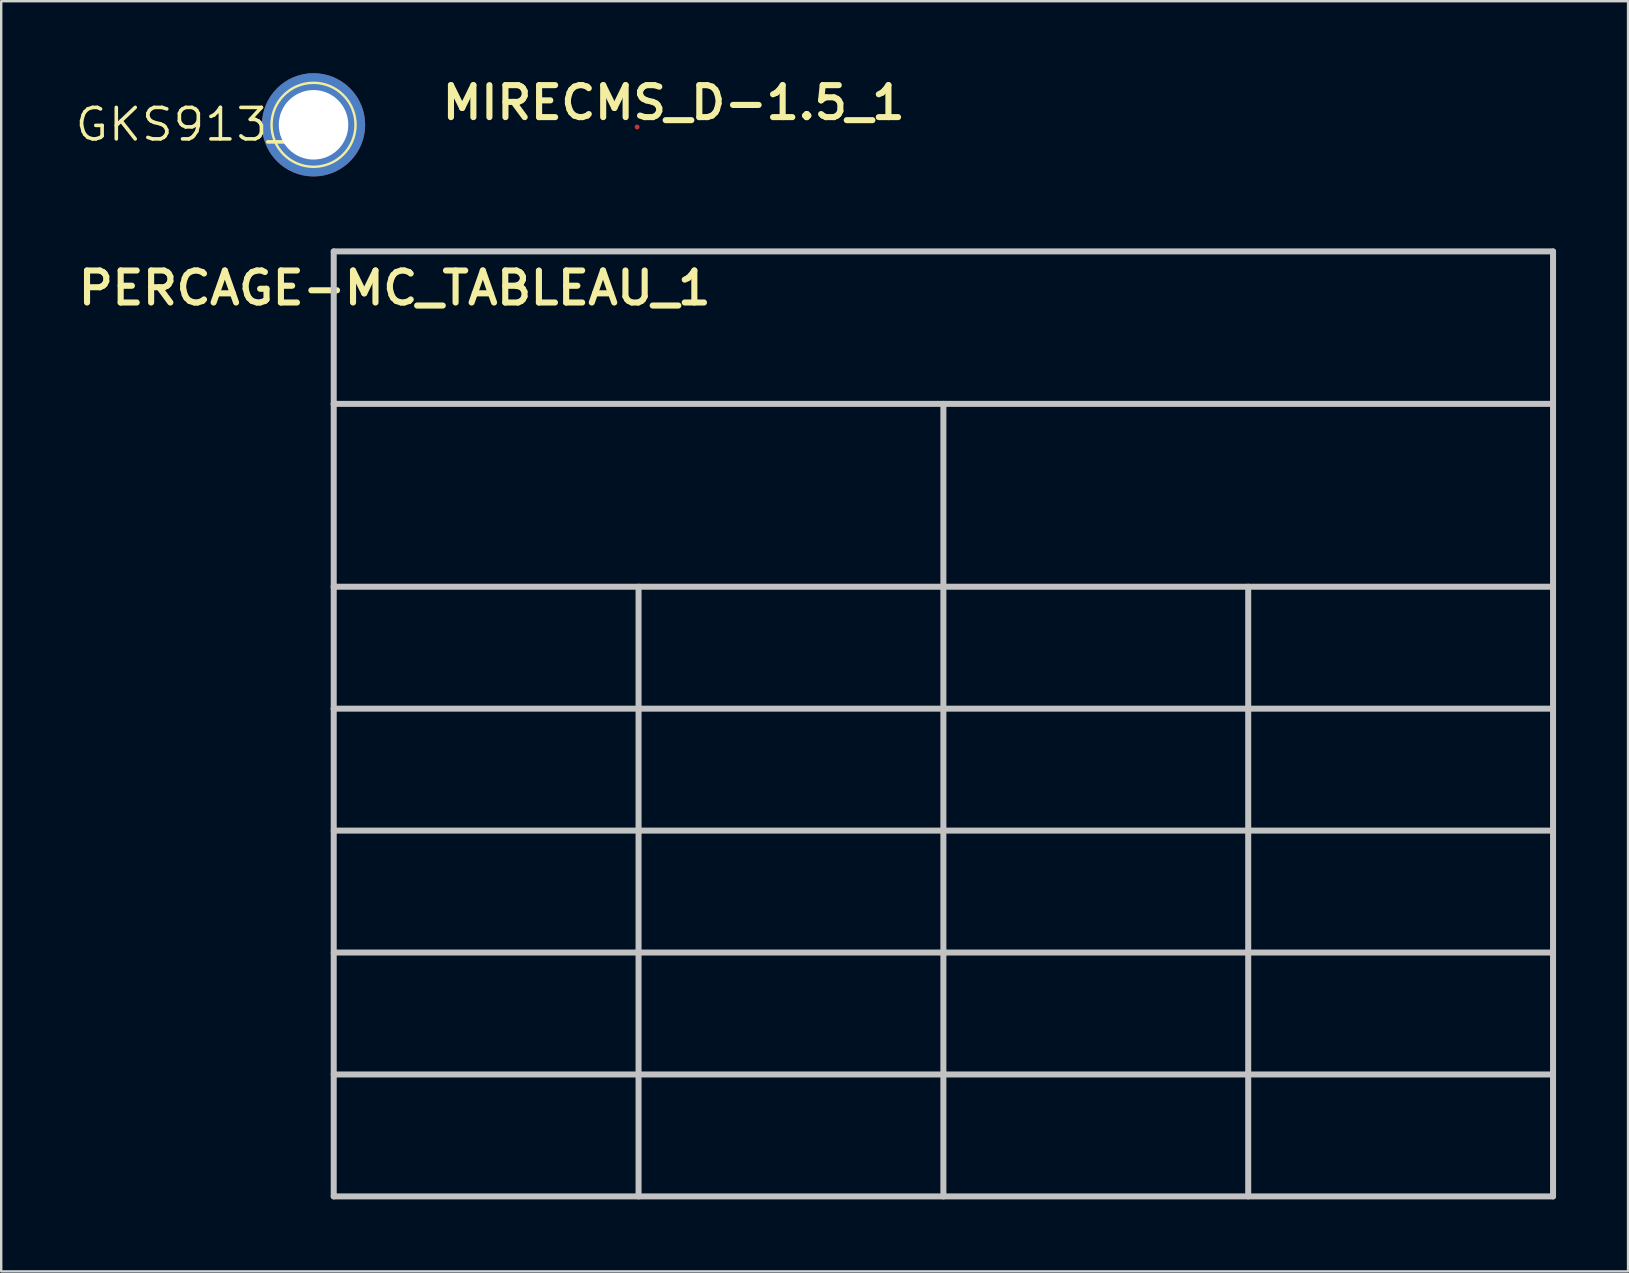
<source format=kicad_pcb>
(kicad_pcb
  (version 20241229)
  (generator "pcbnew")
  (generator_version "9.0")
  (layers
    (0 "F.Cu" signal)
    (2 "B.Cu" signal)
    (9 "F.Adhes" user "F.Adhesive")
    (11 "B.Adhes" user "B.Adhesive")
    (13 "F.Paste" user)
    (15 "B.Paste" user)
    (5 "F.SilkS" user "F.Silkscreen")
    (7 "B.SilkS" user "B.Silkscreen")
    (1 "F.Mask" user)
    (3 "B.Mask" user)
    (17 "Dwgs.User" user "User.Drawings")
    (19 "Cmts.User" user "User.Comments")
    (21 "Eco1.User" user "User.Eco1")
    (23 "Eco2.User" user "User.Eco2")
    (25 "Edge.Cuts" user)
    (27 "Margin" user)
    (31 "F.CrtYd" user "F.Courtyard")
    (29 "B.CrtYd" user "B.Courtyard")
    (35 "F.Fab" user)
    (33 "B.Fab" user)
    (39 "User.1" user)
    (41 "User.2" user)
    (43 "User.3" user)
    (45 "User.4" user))
  (footprint "MIRECMS_D-1.5_1"
    (layer "F.Cu")
    (at 23.494 2.242)
    (property "Reference" "MIRECMS_D-1.5_1" (at 1.524 -1.016 0) (unlocked yes) (layer "F.SilkS") (effects (font (size 1.333 1.402) (thickness 0.254))))
    (attr smd)
    (fp_circle (center 0 0) (end 0.75 0) (stroke (width 0.00003) (type solid)) (fill no) (layer "Dwgs.User"))
    (fp_circle (center 0 0) (end 1.27 0) (stroke (width 0.00003) (type solid)) (fill no) (layer "Dwgs.User"))
    (pad "1" smd circle (at 0 0) (size 0.203 0.203) (layers "F.Cu" "F.Mask" "F.Paste")))
  (footprint "PERCAGE-MC_TABLEAU_1"
    (layer "F.Cu")
    (at 10.854 9.965)
    (property "Reference" "PERCAGE-MC_TABLEAU_1" (at 2.54 -1.016 0) (unlocked yes) (layer "F.SilkS") (effects (font (size 1.333 1.402) (thickness 0.254))))
    (attr smd)
    (fp_line (start 0 -2.54) (end 50.8 -2.54) (stroke (width 0.25) (type solid)) (layer "Dwgs.User"))
    (fp_line (start 0 3.81) (end 0 -2.54) (stroke (width 0.25) (type solid)) (layer "Dwgs.User"))
    (fp_line (start 0 3.81) (end 50.8 3.81) (stroke (width 0.25) (type solid)) (layer "Dwgs.User"))
    (fp_line (start 0 11.43) (end 0 3.81) (stroke (width 0.25) (type solid)) (layer "Dwgs.User"))
    (fp_line (start 0 11.43) (end 50.8 11.43) (stroke (width 0.25) (type solid)) (layer "Dwgs.User"))
    (fp_line (start 0 16.51) (end 0 11.43) (stroke (width 0.25) (type solid)) (layer "Dwgs.User"))
    (fp_line (start 0 16.51) (end 50.8 16.51) (stroke (width 0.25) (type solid)) (layer "Dwgs.User"))
    (fp_line (start 0 21.59) (end 50.8 21.59) (stroke (width 0.25) (type solid)) (layer "Dwgs.User"))
    (fp_line (start 0 26.67) (end 50.8 26.67) (stroke (width 0.25) (type solid)) (layer "Dwgs.User"))
    (fp_line (start 0 31.75) (end 50.8 31.75) (stroke (width 0.25) (type solid)) (layer "Dwgs.User"))
    (fp_line (start 0 36.83) (end 0 16.51) (stroke (width 0.25) (type solid)) (layer "Dwgs.User"))
    (fp_line (start 0 36.83) (end 50.8 36.83) (stroke (width 0.25) (type solid)) (layer "Dwgs.User"))
    (fp_line (start 12.7 16.51) (end 12.7 11.43) (stroke (width 0.25) (type solid)) (layer "Dwgs.User"))
    (fp_line (start 12.7 36.83) (end 12.7 16.51) (stroke (width 0.25) (type solid)) (layer "Dwgs.User"))
    (fp_line (start 25.4 16.51) (end 25.4 3.81) (stroke (width 0.25) (type solid)) (layer "Dwgs.User"))
    (fp_line (start 25.4 36.83) (end 25.4 16.51) (stroke (width 0.25) (type solid)) (layer "Dwgs.User"))
    (fp_line (start 38.1 16.51) (end 38.1 11.43) (stroke (width 0.25) (type solid)) (layer "Dwgs.User"))
    (fp_line (start 38.1 36.83) (end 38.1 16.51) (stroke (width 0.25) (type solid)) (layer "Dwgs.User"))
    (fp_line (start 50.8 3.81) (end 50.8 -2.54) (stroke (width 0.25) (type solid)) (layer "Dwgs.User"))
    (fp_line (start 50.8 11.43) (end 50.8 3.81) (stroke (width 0.25) (type solid)) (layer "Dwgs.User"))
    (fp_line (start 50.8 16.51) (end 50.8 11.43) (stroke (width 0.25) (type solid)) (layer "Dwgs.User"))
    (fp_line (start 50.8 36.83) (end 50.8 16.51) (stroke (width 0.25) (type solid)) (layer "Dwgs.User")))
  (footprint "GKS913_1"
    (layer "F.Cu")
    (at 10.013 2.15)
    (property "Reference" "GKS913_1" (at -4.735 -0.013 0) (unlocked yes) (layer "F.SilkS") (effects (font (size 1.312 1.38) (thickness 0.15))))
    (attr smd)
    (fp_circle (center 0 0) (end 1.15 0) (stroke (width 0.1) (type solid)) (fill no) (layer "F.SilkS"))
    (fp_circle (center 0 0) (end 1.325 0) (stroke (width 0.1) (type solid)) (fill no) (layer "F.SilkS"))
    (fp_circle (center 0 0) (end 1.75 0) (stroke (width 0.1) (type solid)) (fill no) (layer "F.SilkS"))
    (pad "1" thru_hole circle (at 0 0) (size 4.3 4.3) (drill 2.896) (layers "*.Cu" "*.Mask")))
  (gr_rect
    (start -3 -3)
    (end 64.779 49.92)
    (stroke (width 0.1) (type default))
    (fill no)
    (layer "Edge.Cuts")))
</source>
